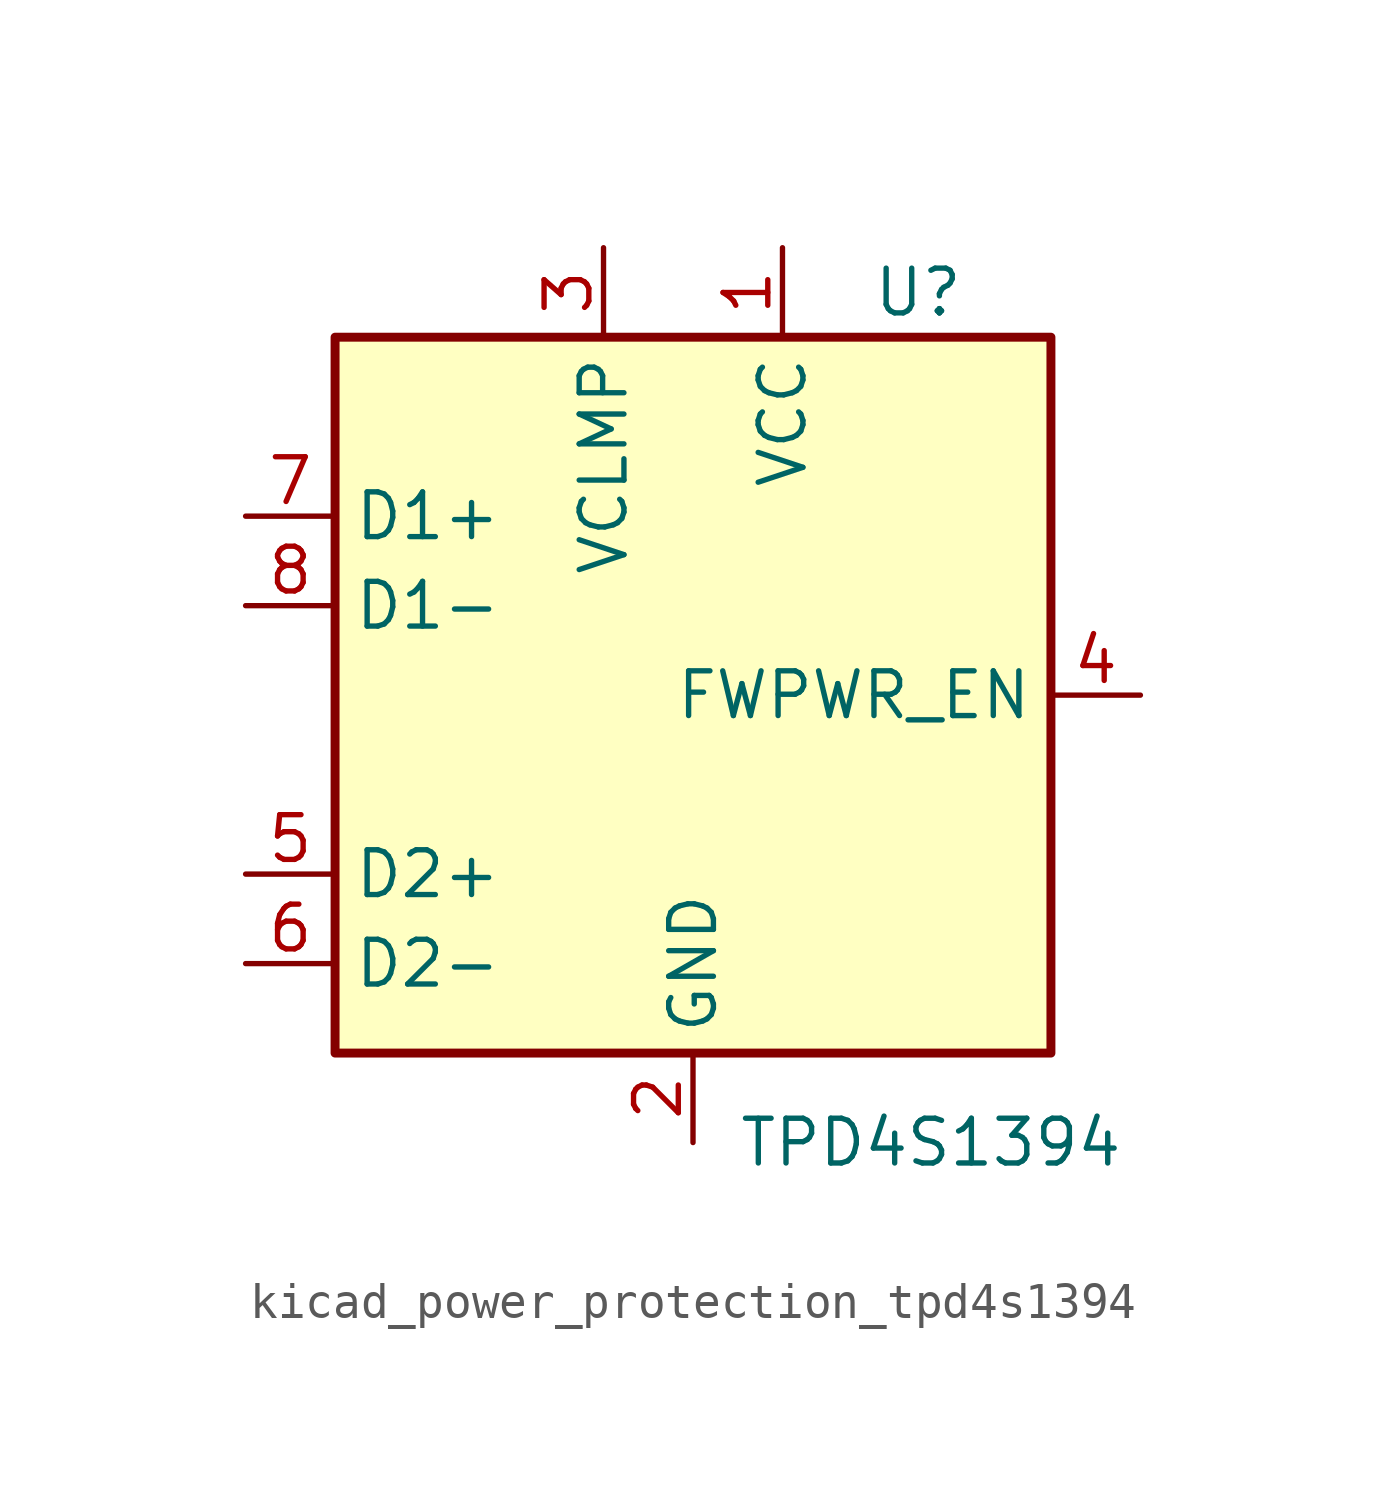
<source format=kicad_sym>
(kicad_symbol_lib
  (version 20220914)
  (generator kicad_symbol_editor)
  (symbol "kicad_power_protection_tpd4s1394"
    (property "Reference" "U"
      (at 5.08 11.43 0)
      (effects (font (size 1.27 1.27)) (justify left)))
    (property "Value" "TPD4S1394"
      (at 1.27 -12.7 0)
      (effects (font (size 1.27 1.27)) (justify left)))
    (symbol "kicad_power_protection_tpd4s1394_0_1"
      (rectangle (start -10.16 10.16) (end 10.16 -10.16) (stroke (width 0.254) (type default)) (fill (type background))))
    (symbol "kicad_power_protection_tpd4s1394_1_1"
      (pin power_in line (at 2.54 12.7 270) (length 2.54) (name "VCC" (effects (font (size 1.27 1.27)))) (number "1" (effects (font (size 1.27 1.27)))))
      (pin power_in line (at 0 -12.7 90) (length 2.54) (name "GND" (effects (font (size 1.27 1.27)))) (number "2" (effects (font (size 1.27 1.27)))))
      (pin passive line (at -2.54 12.7 270) (length 2.54) (name "VCLMP" (effects (font (size 1.27 1.27)))) (number "3" (effects (font (size 1.27 1.27)))))
      (pin passive line (at 12.7 0 180) (length 2.54) (name "FWPWR_EN" (effects (font (size 1.27 1.27)))) (number "4" (effects (font (size 1.27 1.27)))))
      (pin passive line (at -12.7 -5.08 0) (length 2.54) (name "D2+" (effects (font (size 1.27 1.27)))) (number "5" (effects (font (size 1.27 1.27)))))
      (pin passive line (at -12.7 -7.62 0) (length 2.54) (name "D2-" (effects (font (size 1.27 1.27)))) (number "6" (effects (font (size 1.27 1.27)))))
      (pin passive line (at -12.7 5.08 0) (length 2.54) (name "D1+" (effects (font (size 1.27 1.27)))) (number "7" (effects (font (size 1.27 1.27)))))
      (pin passive line (at -12.7 2.54 0) (length 2.54) (name "D1-" (effects (font (size 1.27 1.27)))) (number "8" (effects (font (size 1.27 1.27))))))))
</source>
